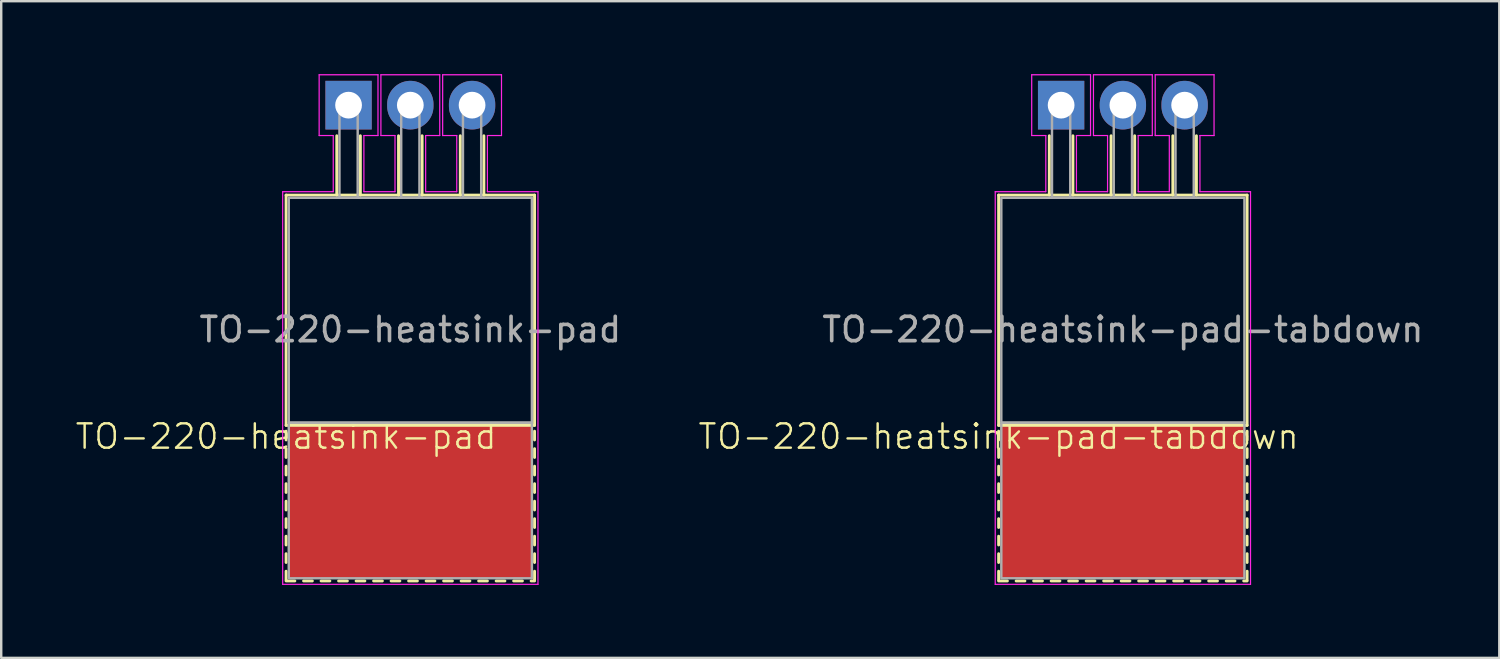
<source format=kicad_pcb>
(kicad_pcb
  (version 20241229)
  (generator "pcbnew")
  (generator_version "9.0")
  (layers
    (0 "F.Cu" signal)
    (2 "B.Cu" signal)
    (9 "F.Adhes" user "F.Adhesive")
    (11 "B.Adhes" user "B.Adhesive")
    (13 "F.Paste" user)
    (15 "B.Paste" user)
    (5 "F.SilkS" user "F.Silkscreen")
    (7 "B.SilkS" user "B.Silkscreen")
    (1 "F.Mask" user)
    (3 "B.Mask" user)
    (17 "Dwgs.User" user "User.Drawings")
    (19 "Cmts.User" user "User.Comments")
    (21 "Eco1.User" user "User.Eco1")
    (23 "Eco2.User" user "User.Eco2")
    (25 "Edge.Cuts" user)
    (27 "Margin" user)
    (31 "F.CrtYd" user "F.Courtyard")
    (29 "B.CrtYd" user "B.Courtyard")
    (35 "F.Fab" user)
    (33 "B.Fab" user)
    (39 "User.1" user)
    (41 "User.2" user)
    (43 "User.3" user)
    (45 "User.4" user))
  (footprint "TO-220-heatsink-pad-tabdown"
    (layer "F.Cu")
    (at 38.025 15.405)
    (property "Reference" "TO-220-heatsink-pad-tabdown" (at 0 -0.5 0) (unlocked yes) (layer "F.SilkS") (effects (font (size 1 1) (thickness 0.1))))
    (attr through_hole)
    (fp_line (start 0 -10.43) (end 0 -0.96) (stroke (width 0.12) (type solid)) (layer "F.SilkS"))
    (fp_line (start 0 -10.43) (end 10.22 -10.43) (stroke (width 0.12) (type solid)) (layer "F.SilkS"))
    (fp_line (start 0 -0.96) (end 10.22 -0.96) (stroke (width 0.12) (type solid)) (layer "F.SilkS"))
    (fp_line (start 0 -0.72) (end 0 -0.36) (stroke (width 0.12) (type solid)) (layer "F.SilkS"))
    (fp_line (start 0 0) (end 0 0.36) (stroke (width 0.12) (type solid)) (layer "F.SilkS"))
    (fp_line (start 0 0.72) (end 0 1.08) (stroke (width 0.12) (type solid)) (layer "F.SilkS"))
    (fp_line (start 0 1.44) (end 0 1.8) (stroke (width 0.12) (type solid)) (layer "F.SilkS"))
    (fp_line (start 0 2.16) (end 0 2.52) (stroke (width 0.12) (type solid)) (layer "F.SilkS"))
    (fp_line (start 0 2.88) (end 0 3.24) (stroke (width 0.12) (type solid)) (layer "F.SilkS"))
    (fp_line (start 0 3.6) (end 0 3.96) (stroke (width 0.12) (type solid)) (layer "F.SilkS"))
    (fp_line (start 0 4.32) (end 0 4.68) (stroke (width 0.12) (type solid)) (layer "F.SilkS"))
    (fp_line (start 0 5.04) (end 0 5.4) (stroke (width 0.12) (type solid)) (layer "F.SilkS"))
    (fp_line (start 0 5.44) (end 0.36 5.44) (stroke (width 0.12) (type solid)) (layer "F.SilkS"))
    (fp_line (start 0.72 5.44) (end 1.08 5.44) (stroke (width 0.12) (type solid)) (layer "F.SilkS"))
    (fp_line (start 1.44 5.44) (end 1.8 5.44) (stroke (width 0.12) (type solid)) (layer "F.SilkS"))
    (fp_line (start 2.085 -10.43) (end 2.085 -12.87) (stroke (width 0.12) (type solid)) (layer "F.SilkS"))
    (fp_line (start 2.16 5.44) (end 2.52 5.44) (stroke (width 0.12) (type solid)) (layer "F.SilkS"))
    (fp_line (start 2.88 5.44) (end 3.24 5.44) (stroke (width 0.12) (type solid)) (layer "F.SilkS"))
    (fp_line (start 3.055 -10.43) (end 3.055 -12.87) (stroke (width 0.12) (type solid)) (layer "F.SilkS"))
    (fp_line (start 3.6 5.44) (end 3.96 5.44) (stroke (width 0.12) (type solid)) (layer "F.SilkS"))
    (fp_line (start 4.32 5.44) (end 4.68 5.44) (stroke (width 0.12) (type solid)) (layer "F.SilkS"))
    (fp_line (start 4.625 -10.43) (end 4.625 -12.87) (stroke (width 0.12) (type solid)) (layer "F.SilkS"))
    (fp_line (start 5.04 5.44) (end 5.4 5.44) (stroke (width 0.12) (type solid)) (layer "F.SilkS"))
    (fp_line (start 5.595 -10.43) (end 5.595 -12.87) (stroke (width 0.12) (type solid)) (layer "F.SilkS"))
    (fp_line (start 5.76 5.44) (end 6.12 5.44) (stroke (width 0.12) (type solid)) (layer "F.SilkS"))
    (fp_line (start 6.48 5.44) (end 6.84 5.44) (stroke (width 0.12) (type solid)) (layer "F.SilkS"))
    (fp_line (start 7.165 -10.43) (end 7.165 -12.87) (stroke (width 0.12) (type solid)) (layer "F.SilkS"))
    (fp_line (start 7.2 5.44) (end 7.56 5.44) (stroke (width 0.12) (type solid)) (layer "F.SilkS"))
    (fp_line (start 7.92 5.44) (end 8.28 5.44) (stroke (width 0.12) (type solid)) (layer "F.SilkS"))
    (fp_line (start 8.135 -10.43) (end 8.135 -12.87) (stroke (width 0.12) (type solid)) (layer "F.SilkS"))
    (fp_line (start 8.64 5.44) (end 9 5.44) (stroke (width 0.12) (type solid)) (layer "F.SilkS"))
    (fp_line (start 9.36 5.44) (end 9.72 5.44) (stroke (width 0.12) (type solid)) (layer "F.SilkS"))
    (fp_line (start 10.08 5.44) (end 10.22 5.44) (stroke (width 0.12) (type solid)) (layer "F.SilkS"))
    (fp_line (start 10.22 -10.43) (end 10.22 -0.96) (stroke (width 0.12) (type solid)) (layer "F.SilkS"))
    (fp_line (start 10.22 -0.72) (end 10.22 -0.36) (stroke (width 0.12) (type solid)) (layer "F.SilkS"))
    (fp_line (start 10.22 0) (end 10.22 0.36) (stroke (width 0.12) (type solid)) (layer "F.SilkS"))
    (fp_line (start 10.22 0.72) (end 10.22 1.08) (stroke (width 0.12) (type solid)) (layer "F.SilkS"))
    (fp_line (start 10.22 1.44) (end 10.22 1.8) (stroke (width 0.12) (type solid)) (layer "F.SilkS"))
    (fp_line (start 10.22 2.16) (end 10.22 2.52) (stroke (width 0.12) (type solid)) (layer "F.SilkS"))
    (fp_line (start 10.22 2.88) (end 10.22 3.24) (stroke (width 0.12) (type solid)) (layer "F.SilkS"))
    (fp_line (start 10.22 3.6) (end 10.22 3.96) (stroke (width 0.12) (type solid)) (layer "F.SilkS"))
    (fp_line (start 10.22 4.32) (end 10.22 4.68) (stroke (width 0.12) (type solid)) (layer "F.SilkS"))
    (fp_line (start 10.22 5.04) (end 10.22 5.4) (stroke (width 0.12) (type solid)) (layer "F.SilkS"))
    (fp_line (start -0.14 -10.57) (end 1.94 -10.57) (stroke (width 0.05) (type solid)) (layer "F.CrtYd"))
    (fp_line (start -0.14 5.58) (end -0.14 -10.57) (stroke (width 0.05) (type solid)) (layer "F.CrtYd"))
    (fp_line (start 1.36 -15.38) (end 3.78 -15.38) (stroke (width 0.05) (type solid)) (layer "F.CrtYd"))
    (fp_line (start 1.36 -12.88) (end 1.36 -15.38) (stroke (width 0.05) (type solid)) (layer "F.CrtYd"))
    (fp_line (start 1.94 -12.88) (end 1.36 -12.88) (stroke (width 0.05) (type solid)) (layer "F.CrtYd"))
    (fp_line (start 1.94 -10.57) (end 1.94 -12.88) (stroke (width 0.05) (type solid)) (layer "F.CrtYd"))
    (fp_line (start 3.2 -12.88) (end 3.2 -10.57) (stroke (width 0.05) (type solid)) (layer "F.CrtYd"))
    (fp_line (start 3.2 -10.57) (end 4.48 -10.57) (stroke (width 0.05) (type solid)) (layer "F.CrtYd"))
    (fp_line (start 3.78 -15.38) (end 3.78 -12.88) (stroke (width 0.05) (type solid)) (layer "F.CrtYd"))
    (fp_line (start 3.78 -12.88) (end 3.2 -12.88) (stroke (width 0.05) (type solid)) (layer "F.CrtYd"))
    (fp_line (start 3.9 -15.38) (end 6.32 -15.38) (stroke (width 0.05) (type solid)) (layer "F.CrtYd"))
    (fp_line (start 3.9 -12.88) (end 3.9 -15.38) (stroke (width 0.05) (type solid)) (layer "F.CrtYd"))
    (fp_line (start 4.48 -12.88) (end 3.9 -12.88) (stroke (width 0.05) (type solid)) (layer "F.CrtYd"))
    (fp_line (start 4.48 -10.57) (end 4.48 -12.88) (stroke (width 0.05) (type solid)) (layer "F.CrtYd"))
    (fp_line (start 5.74 -12.88) (end 5.74 -10.57) (stroke (width 0.05) (type solid)) (layer "F.CrtYd"))
    (fp_line (start 5.74 -10.57) (end 7.02 -10.57) (stroke (width 0.05) (type solid)) (layer "F.CrtYd"))
    (fp_line (start 6.32 -15.38) (end 6.32 -12.88) (stroke (width 0.05) (type solid)) (layer "F.CrtYd"))
    (fp_line (start 6.32 -12.88) (end 5.74 -12.88) (stroke (width 0.05) (type solid)) (layer "F.CrtYd"))
    (fp_line (start 6.44 -15.38) (end 8.86 -15.38) (stroke (width 0.05) (type solid)) (layer "F.CrtYd"))
    (fp_line (start 6.44 -12.88) (end 6.44 -15.38) (stroke (width 0.05) (type solid)) (layer "F.CrtYd"))
    (fp_line (start 7.02 -12.88) (end 6.44 -12.88) (stroke (width 0.05) (type solid)) (layer "F.CrtYd"))
    (fp_line (start 7.02 -10.57) (end 7.02 -12.88) (stroke (width 0.05) (type solid)) (layer "F.CrtYd"))
    (fp_line (start 8.28 -12.88) (end 8.28 -10.57) (stroke (width 0.05) (type solid)) (layer "F.CrtYd"))
    (fp_line (start 8.28 -10.57) (end 10.36 -10.57) (stroke (width 0.05) (type solid)) (layer "F.CrtYd"))
    (fp_line (start 8.86 -15.38) (end 8.86 -12.88) (stroke (width 0.05) (type solid)) (layer "F.CrtYd"))
    (fp_line (start 8.86 -12.88) (end 8.28 -12.88) (stroke (width 0.05) (type solid)) (layer "F.CrtYd"))
    (fp_line (start 10.36 -10.57) (end 10.36 5.58) (stroke (width 0.05) (type solid)) (layer "F.CrtYd"))
    (fp_line (start 10.36 5.58) (end -0.14 5.58) (stroke (width 0.05) (type solid)) (layer "F.CrtYd"))
    (fp_rect (start 0.11 -10.32) (end 10.11 -1.07) (stroke (width 0.1) (type solid)) (fill no) (layer "F.Fab"))
    (fp_rect (start 0.11 -1.07) (end 10.11 5.33) (stroke (width 0.1) (type solid)) (fill no) (layer "F.Fab"))
    (fp_rect (start 2.195 -14.13) (end 2.945 -10.32) (stroke (width 0.1) (type solid)) (fill no) (layer "F.Fab"))
    (fp_rect (start 4.735 -14.13) (end 5.485 -10.32) (stroke (width 0.1) (type solid)) (fill no) (layer "F.Fab"))
    (fp_rect (start 7.275 -14.13) (end 8.025 -10.32) (stroke (width 0.1) (type solid)) (fill no) (layer "F.Fab"))
    (fp_text user "${REFERENCE}" (at 5.11 -4.9 180) (layer "F.Fab") (effects (font (size 1 1) (thickness 0.15))))
    (pad "1" thru_hole oval (at 7.65 -14.13) (size 1.905 2) (drill 1.1) (layers "*.Cu" "*.Mask"))
    (pad "2" thru_hole oval (at 5.11 -14.13) (size 1.905 2) (drill 1.1) (layers "*.Cu" "*.Mask"))
    (pad "3" thru_hole rect (at 2.57 -14.13) (size 1.905 2) (drill 1.1) (layers "*.Cu" "*.Mask"))
    (pad "4" smd rect (at 5.11 2.13) (size 10 6.4) (layers "F.Cu" "F.Mask" "F.Paste")))
  (footprint "TO-220-heatsink-pad"
    (layer "F.Cu")
    (at 8.717 15.405)
    (property "Reference" "TO-220-heatsink-pad" (at 0 -0.5 0) (unlocked yes) (layer "F.SilkS") (effects (font (size 1 1) (thickness 0.1))))
    (attr through_hole)
    (fp_line (start 0 -10.43) (end 0 -0.96) (stroke (width 0.12) (type solid)) (layer "F.SilkS"))
    (fp_line (start 0 -10.43) (end 10.22 -10.43) (stroke (width 0.12) (type solid)) (layer "F.SilkS"))
    (fp_line (start 0 -0.96) (end 10.22 -0.96) (stroke (width 0.12) (type solid)) (layer "F.SilkS"))
    (fp_line (start 0 -0.72) (end 0 -0.36) (stroke (width 0.12) (type solid)) (layer "F.SilkS"))
    (fp_line (start 0 0) (end 0 0.36) (stroke (width 0.12) (type solid)) (layer "F.SilkS"))
    (fp_line (start 0 0.72) (end 0 1.08) (stroke (width 0.12) (type solid)) (layer "F.SilkS"))
    (fp_line (start 0 1.44) (end 0 1.8) (stroke (width 0.12) (type solid)) (layer "F.SilkS"))
    (fp_line (start 0 2.16) (end 0 2.52) (stroke (width 0.12) (type solid)) (layer "F.SilkS"))
    (fp_line (start 0 2.88) (end 0 3.24) (stroke (width 0.12) (type solid)) (layer "F.SilkS"))
    (fp_line (start 0 3.6) (end 0 3.96) (stroke (width 0.12) (type solid)) (layer "F.SilkS"))
    (fp_line (start 0 4.32) (end 0 4.68) (stroke (width 0.12) (type solid)) (layer "F.SilkS"))
    (fp_line (start 0 5.04) (end 0 5.4) (stroke (width 0.12) (type solid)) (layer "F.SilkS"))
    (fp_line (start 0 5.44) (end 0.36 5.44) (stroke (width 0.12) (type solid)) (layer "F.SilkS"))
    (fp_line (start 0.72 5.44) (end 1.08 5.44) (stroke (width 0.12) (type solid)) (layer "F.SilkS"))
    (fp_line (start 1.44 5.44) (end 1.8 5.44) (stroke (width 0.12) (type solid)) (layer "F.SilkS"))
    (fp_line (start 2.085 -10.43) (end 2.085 -12.87) (stroke (width 0.12) (type solid)) (layer "F.SilkS"))
    (fp_line (start 2.16 5.44) (end 2.52 5.44) (stroke (width 0.12) (type solid)) (layer "F.SilkS"))
    (fp_line (start 2.88 5.44) (end 3.24 5.44) (stroke (width 0.12) (type solid)) (layer "F.SilkS"))
    (fp_line (start 3.055 -10.43) (end 3.055 -12.87) (stroke (width 0.12) (type solid)) (layer "F.SilkS"))
    (fp_line (start 3.6 5.44) (end 3.96 5.44) (stroke (width 0.12) (type solid)) (layer "F.SilkS"))
    (fp_line (start 4.32 5.44) (end 4.68 5.44) (stroke (width 0.12) (type solid)) (layer "F.SilkS"))
    (fp_line (start 4.625 -10.43) (end 4.625 -12.87) (stroke (width 0.12) (type solid)) (layer "F.SilkS"))
    (fp_line (start 5.04 5.44) (end 5.4 5.44) (stroke (width 0.12) (type solid)) (layer "F.SilkS"))
    (fp_line (start 5.595 -10.43) (end 5.595 -12.87) (stroke (width 0.12) (type solid)) (layer "F.SilkS"))
    (fp_line (start 5.76 5.44) (end 6.12 5.44) (stroke (width 0.12) (type solid)) (layer "F.SilkS"))
    (fp_line (start 6.48 5.44) (end 6.84 5.44) (stroke (width 0.12) (type solid)) (layer "F.SilkS"))
    (fp_line (start 7.165 -10.43) (end 7.165 -12.87) (stroke (width 0.12) (type solid)) (layer "F.SilkS"))
    (fp_line (start 7.2 5.44) (end 7.56 5.44) (stroke (width 0.12) (type solid)) (layer "F.SilkS"))
    (fp_line (start 7.92 5.44) (end 8.28 5.44) (stroke (width 0.12) (type solid)) (layer "F.SilkS"))
    (fp_line (start 8.135 -10.43) (end 8.135 -12.87) (stroke (width 0.12) (type solid)) (layer "F.SilkS"))
    (fp_line (start 8.64 5.44) (end 9 5.44) (stroke (width 0.12) (type solid)) (layer "F.SilkS"))
    (fp_line (start 9.36 5.44) (end 9.72 5.44) (stroke (width 0.12) (type solid)) (layer "F.SilkS"))
    (fp_line (start 10.08 5.44) (end 10.22 5.44) (stroke (width 0.12) (type solid)) (layer "F.SilkS"))
    (fp_line (start 10.22 -10.43) (end 10.22 -0.96) (stroke (width 0.12) (type solid)) (layer "F.SilkS"))
    (fp_line (start 10.22 -0.72) (end 10.22 -0.36) (stroke (width 0.12) (type solid)) (layer "F.SilkS"))
    (fp_line (start 10.22 0) (end 10.22 0.36) (stroke (width 0.12) (type solid)) (layer "F.SilkS"))
    (fp_line (start 10.22 0.72) (end 10.22 1.08) (stroke (width 0.12) (type solid)) (layer "F.SilkS"))
    (fp_line (start 10.22 1.44) (end 10.22 1.8) (stroke (width 0.12) (type solid)) (layer "F.SilkS"))
    (fp_line (start 10.22 2.16) (end 10.22 2.52) (stroke (width 0.12) (type solid)) (layer "F.SilkS"))
    (fp_line (start 10.22 2.88) (end 10.22 3.24) (stroke (width 0.12) (type solid)) (layer "F.SilkS"))
    (fp_line (start 10.22 3.6) (end 10.22 3.96) (stroke (width 0.12) (type solid)) (layer "F.SilkS"))
    (fp_line (start 10.22 4.32) (end 10.22 4.68) (stroke (width 0.12) (type solid)) (layer "F.SilkS"))
    (fp_line (start 10.22 5.04) (end 10.22 5.4) (stroke (width 0.12) (type solid)) (layer "F.SilkS"))
    (fp_line (start -0.14 -10.57) (end 1.94 -10.57) (stroke (width 0.05) (type solid)) (layer "F.CrtYd"))
    (fp_line (start -0.14 5.58) (end -0.14 -10.57) (stroke (width 0.05) (type solid)) (layer "F.CrtYd"))
    (fp_line (start 1.36 -15.38) (end 3.78 -15.38) (stroke (width 0.05) (type solid)) (layer "F.CrtYd"))
    (fp_line (start 1.36 -12.88) (end 1.36 -15.38) (stroke (width 0.05) (type solid)) (layer "F.CrtYd"))
    (fp_line (start 1.94 -12.88) (end 1.36 -12.88) (stroke (width 0.05) (type solid)) (layer "F.CrtYd"))
    (fp_line (start 1.94 -10.57) (end 1.94 -12.88) (stroke (width 0.05) (type solid)) (layer "F.CrtYd"))
    (fp_line (start 3.2 -12.88) (end 3.2 -10.57) (stroke (width 0.05) (type solid)) (layer "F.CrtYd"))
    (fp_line (start 3.2 -10.57) (end 4.48 -10.57) (stroke (width 0.05) (type solid)) (layer "F.CrtYd"))
    (fp_line (start 3.78 -15.38) (end 3.78 -12.88) (stroke (width 0.05) (type solid)) (layer "F.CrtYd"))
    (fp_line (start 3.78 -12.88) (end 3.2 -12.88) (stroke (width 0.05) (type solid)) (layer "F.CrtYd"))
    (fp_line (start 3.9 -15.38) (end 6.32 -15.38) (stroke (width 0.05) (type solid)) (layer "F.CrtYd"))
    (fp_line (start 3.9 -12.88) (end 3.9 -15.38) (stroke (width 0.05) (type solid)) (layer "F.CrtYd"))
    (fp_line (start 4.48 -12.88) (end 3.9 -12.88) (stroke (width 0.05) (type solid)) (layer "F.CrtYd"))
    (fp_line (start 4.48 -10.57) (end 4.48 -12.88) (stroke (width 0.05) (type solid)) (layer "F.CrtYd"))
    (fp_line (start 5.74 -12.88) (end 5.74 -10.57) (stroke (width 0.05) (type solid)) (layer "F.CrtYd"))
    (fp_line (start 5.74 -10.57) (end 7.02 -10.57) (stroke (width 0.05) (type solid)) (layer "F.CrtYd"))
    (fp_line (start 6.32 -15.38) (end 6.32 -12.88) (stroke (width 0.05) (type solid)) (layer "F.CrtYd"))
    (fp_line (start 6.32 -12.88) (end 5.74 -12.88) (stroke (width 0.05) (type solid)) (layer "F.CrtYd"))
    (fp_line (start 6.44 -15.38) (end 8.86 -15.38) (stroke (width 0.05) (type solid)) (layer "F.CrtYd"))
    (fp_line (start 6.44 -12.88) (end 6.44 -15.38) (stroke (width 0.05) (type solid)) (layer "F.CrtYd"))
    (fp_line (start 7.02 -12.88) (end 6.44 -12.88) (stroke (width 0.05) (type solid)) (layer "F.CrtYd"))
    (fp_line (start 7.02 -10.57) (end 7.02 -12.88) (stroke (width 0.05) (type solid)) (layer "F.CrtYd"))
    (fp_line (start 8.28 -12.88) (end 8.28 -10.57) (stroke (width 0.05) (type solid)) (layer "F.CrtYd"))
    (fp_line (start 8.28 -10.57) (end 10.36 -10.57) (stroke (width 0.05) (type solid)) (layer "F.CrtYd"))
    (fp_line (start 8.86 -15.38) (end 8.86 -12.88) (stroke (width 0.05) (type solid)) (layer "F.CrtYd"))
    (fp_line (start 8.86 -12.88) (end 8.28 -12.88) (stroke (width 0.05) (type solid)) (layer "F.CrtYd"))
    (fp_line (start 10.36 -10.57) (end 10.36 5.58) (stroke (width 0.05) (type solid)) (layer "F.CrtYd"))
    (fp_line (start 10.36 5.58) (end -0.14 5.58) (stroke (width 0.05) (type solid)) (layer "F.CrtYd"))
    (fp_rect (start 0.11 -10.32) (end 10.11 -1.07) (stroke (width 0.1) (type solid)) (fill no) (layer "F.Fab"))
    (fp_rect (start 0.11 -1.07) (end 10.11 5.33) (stroke (width 0.1) (type solid)) (fill no) (layer "F.Fab"))
    (fp_rect (start 2.195 -14.13) (end 2.945 -10.32) (stroke (width 0.1) (type solid)) (fill no) (layer "F.Fab"))
    (fp_rect (start 4.735 -14.13) (end 5.485 -10.32) (stroke (width 0.1) (type solid)) (fill no) (layer "F.Fab"))
    (fp_rect (start 7.275 -14.13) (end 8.025 -10.32) (stroke (width 0.1) (type solid)) (fill no) (layer "F.Fab"))
    (fp_text user "${REFERENCE}" (at 5.11 -4.9 180) (layer "F.Fab") (effects (font (size 1 1) (thickness 0.15))))
    (pad "1" thru_hole rect (at 2.57 -14.13) (size 1.905 2) (drill 1.1) (layers "*.Cu" "*.Mask"))
    (pad "2" thru_hole oval (at 5.11 -14.13) (size 1.905 2) (drill 1.1) (layers "*.Cu" "*.Mask"))
    (pad "3" thru_hole oval (at 7.65 -14.13) (size 1.905 2) (drill 1.1) (layers "*.Cu" "*.Mask"))
    (pad "4" smd rect (at 5.11 2.13) (size 10 6.4) (layers "F.Cu" "F.Mask" "F.Paste")))
  (gr_rect
    (start -3 -3)
    (end 58.618 24.01)
    (stroke (width 0.1) (type default))
    (fill no)
    (layer "Edge.Cuts")))
</source>
